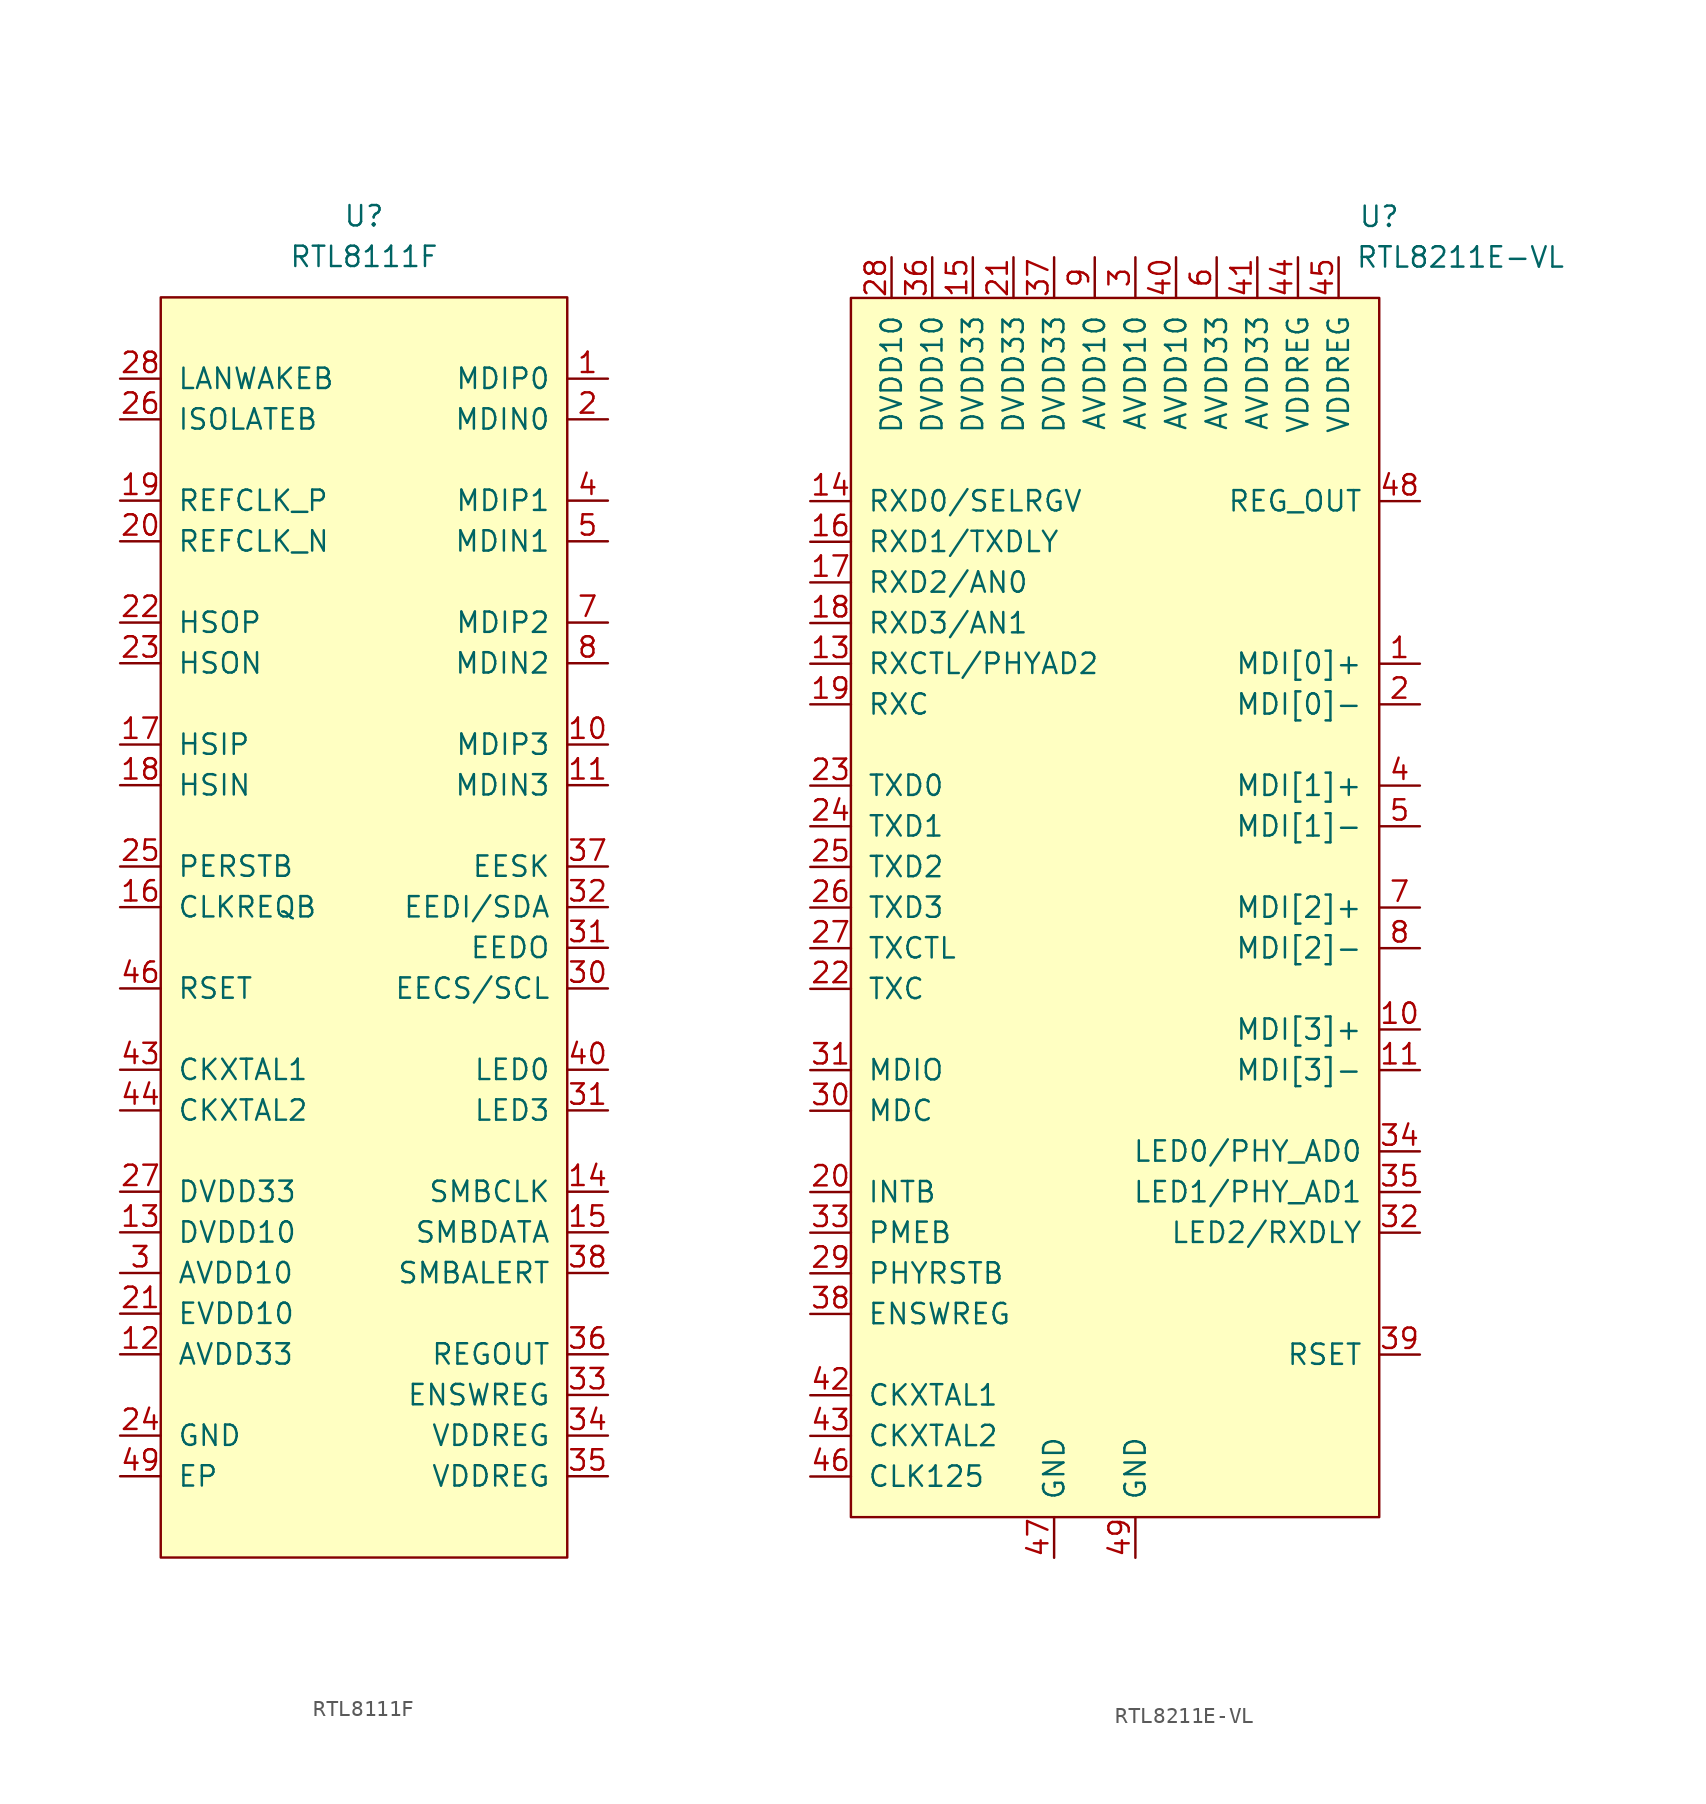
<source format=kicad_sym>
(kicad_symbol_lib
  (version 20211014)
  (generator kicad_symbol_editor)
  (symbol "RTL8111F"
    (pin_names
      (offset 1.016))
    (property "Reference" "U"
      (at 0 0 0)
      (effects (font (size 1.27 1.27))))
    (property "Value" "RTL8111F"
      (at 0 -2.54 0)
      (effects (font (size 1.27 1.27))))
    (symbol "RTL8111F_0_1"
      (rectangle (start -12.7 -5.08) (end 12.7 -83.82) (stroke (width 0) (type default) (color 0 0 0 0)) (fill (type background))))
    (symbol "RTL8111F_1_1"
      (pin bidirectional line (at 15.24 -10.16 180) (length 2.54) (name "MDIP0" (effects (font (size 1.27 1.27)))) (number "1" (effects (font (size 1.27 1.27)))))
      (pin bidirectional line (at 15.24 -33.02 180) (length 2.54) (name "MDIP3" (effects (font (size 1.27 1.27)))) (number "10" (effects (font (size 1.27 1.27)))))
      (pin bidirectional line (at 15.24 -35.56 180) (length 2.54) (name "MDIN3" (effects (font (size 1.27 1.27)))) (number "11" (effects (font (size 1.27 1.27)))))
      (pin power_in line (at -15.24 -71.12 0) (length 2.54) (name "AVDD33" (effects (font (size 1.27 1.27)))) (number "12" (effects (font (size 1.27 1.27)))))
      (pin power_in line (at -15.24 -63.5 0) (length 2.54) (name "DVDD10" (effects (font (size 1.27 1.27)))) (number "13" (effects (font (size 1.27 1.27)))))
      (pin open_collector line (at 15.24 -60.96 180) (length 2.54) (name "SMBCLK" (effects (font (size 1.27 1.27)))) (number "14" (effects (font (size 1.27 1.27)))))
      (pin open_collector line (at 15.24 -63.5 180) (length 2.54) (name "SMBDATA" (effects (font (size 1.27 1.27)))) (number "15" (effects (font (size 1.27 1.27)))))
      (pin open_collector line (at -15.24 -43.18 0) (length 2.54) (name "CLKREQB" (effects (font (size 1.27 1.27)))) (number "16" (effects (font (size 1.27 1.27)))))
      (pin input line (at -15.24 -33.02 0) (length 2.54) (name "HSIP" (effects (font (size 1.27 1.27)))) (number "17" (effects (font (size 1.27 1.27)))))
      (pin input line (at -15.24 -35.56 0) (length 2.54) (name "HSIN" (effects (font (size 1.27 1.27)))) (number "18" (effects (font (size 1.27 1.27)))))
      (pin input line (at -15.24 -17.78 0) (length 2.54) (name "REFCLK_P" (effects (font (size 1.27 1.27)))) (number "19" (effects (font (size 1.27 1.27)))))
      (pin bidirectional line (at 15.24 -12.7 180) (length 2.54) (name "MDIN0" (effects (font (size 1.27 1.27)))) (number "2" (effects (font (size 1.27 1.27)))))
      (pin input line (at -15.24 -20.32 0) (length 2.54) (name "REFCLK_N" (effects (font (size 1.27 1.27)))) (number "20" (effects (font (size 1.27 1.27)))))
      (pin power_in line (at -15.24 -68.58 0) (length 2.54) (name "EVDD10" (effects (font (size 1.27 1.27)))) (number "21" (effects (font (size 1.27 1.27)))))
      (pin output line (at -15.24 -25.4 0) (length 2.54) (name "HSOP" (effects (font (size 1.27 1.27)))) (number "22" (effects (font (size 1.27 1.27)))))
      (pin output line (at -15.24 -27.94 0) (length 2.54) (name "HSON" (effects (font (size 1.27 1.27)))) (number "23" (effects (font (size 1.27 1.27)))))
      (pin power_in line (at -15.24 -76.2 0) (length 2.54) (name "GND" (effects (font (size 1.27 1.27)))) (number "24" (effects (font (size 1.27 1.27)))))
      (pin input line (at -15.24 -40.64 0) (length 2.54) (name "PERSTB" (effects (font (size 1.27 1.27)))) (number "25" (effects (font (size 1.27 1.27)))))
      (pin input line (at -15.24 -12.7 0) (length 2.54) (name "ISOLATEB" (effects (font (size 1.27 1.27)))) (number "26" (effects (font (size 1.27 1.27)))))
      (pin power_in line (at -15.24 -60.96 0) (length 2.54) (name "DVDD33" (effects (font (size 1.27 1.27)))) (number "27" (effects (font (size 1.27 1.27)))))
      (pin open_collector line (at -15.24 -10.16 0) (length 2.54) (name "LANWAKEB" (effects (font (size 1.27 1.27)))) (number "28" (effects (font (size 1.27 1.27)))))
      (pin power_in line (at -15.24 -63.5 0) (length 2.54) hide (name "DVDD10" (effects (font (size 1.27 1.27)))) (number "29" (effects (font (size 1.27 1.27)))))
      (pin power_in line (at -15.24 -66.04 0) (length 2.54) (name "AVDD10" (effects (font (size 1.27 1.27)))) (number "3" (effects (font (size 1.27 1.27)))))
      (pin output line (at 15.24 -48.26 180) (length 2.54) (name "EECS/SCL" (effects (font (size 1.27 1.27)))) (number "30" (effects (font (size 1.27 1.27)))))
      (pin input line (at 15.24 -45.72 180) (length 2.54) (name "EEDO" (effects (font (size 1.27 1.27)))) (number "31" (effects (font (size 1.27 1.27)))))
      (pin output line (at 15.24 -55.88 180) (length 2.54) (name "LED3" (effects (font (size 1.27 1.27)))) (number "31" (effects (font (size 1.27 1.27)))))
      (pin bidirectional line (at 15.24 -43.18 180) (length 2.54) (name "EEDI/SDA" (effects (font (size 1.27 1.27)))) (number "32" (effects (font (size 1.27 1.27)))))
      (pin input line (at 15.24 -73.66 180) (length 2.54) (name "ENSWREG" (effects (font (size 1.27 1.27)))) (number "33" (effects (font (size 1.27 1.27)))))
      (pin power_in line (at 15.24 -76.2 180) (length 2.54) (name "VDDREG" (effects (font (size 1.27 1.27)))) (number "34" (effects (font (size 1.27 1.27)))))
      (pin power_in line (at 15.24 -78.74 180) (length 2.54) (name "VDDREG" (effects (font (size 1.27 1.27)))) (number "35" (effects (font (size 1.27 1.27)))))
      (pin output line (at 15.24 -71.12 180) (length 2.54) (name "REGOUT" (effects (font (size 1.27 1.27)))) (number "36" (effects (font (size 1.27 1.27)))))
      (pin output line (at 15.24 -40.64 180) (length 2.54) (name "EESK" (effects (font (size 1.27 1.27)))) (number "37" (effects (font (size 1.27 1.27)))))
      (pin open_collector line (at 15.24 -66.04 180) (length 2.54) (name "SMBALERT" (effects (font (size 1.27 1.27)))) (number "38" (effects (font (size 1.27 1.27)))))
      (pin power_in line (at -15.24 -60.96 0) (length 2.54) hide (name "DVDD33" (effects (font (size 1.27 1.27)))) (number "39" (effects (font (size 1.27 1.27)))))
      (pin bidirectional line (at 15.24 -17.78 180) (length 2.54) (name "MDIP1" (effects (font (size 1.27 1.27)))) (number "4" (effects (font (size 1.27 1.27)))))
      (pin output line (at 15.24 -53.34 180) (length 2.54) (name "LED0" (effects (font (size 1.27 1.27)))) (number "40" (effects (font (size 1.27 1.27)))))
      (pin power_in line (at -15.24 -63.5 0) (length 2.54) hide (name "DVDD10" (effects (font (size 1.27 1.27)))) (number "41" (effects (font (size 1.27 1.27)))))
      (pin power_in line (at -15.24 -71.12 0) (length 2.54) hide (name "AVDD33" (effects (font (size 1.27 1.27)))) (number "42" (effects (font (size 1.27 1.27)))))
      (pin input line (at -15.24 -53.34 0) (length 2.54) (name "CKXTAL1" (effects (font (size 1.27 1.27)))) (number "43" (effects (font (size 1.27 1.27)))))
      (pin output line (at -15.24 -55.88 0) (length 2.54) (name "CKXTAL2" (effects (font (size 1.27 1.27)))) (number "44" (effects (font (size 1.27 1.27)))))
      (pin power_in line (at -15.24 -66.04 0) (length 2.54) hide (name "AVDD10" (effects (font (size 1.27 1.27)))) (number "45" (effects (font (size 1.27 1.27)))))
      (pin input line (at -15.24 -48.26 0) (length 2.54) (name "RSET" (effects (font (size 1.27 1.27)))) (number "46" (effects (font (size 1.27 1.27)))))
      (pin power_in line (at -15.24 -71.12 0) (length 2.54) hide (name "AVDD33" (effects (font (size 1.27 1.27)))) (number "47" (effects (font (size 1.27 1.27)))))
      (pin power_in line (at -15.24 -71.12 0) (length 2.54) hide (name "AVDD33" (effects (font (size 1.27 1.27)))) (number "48" (effects (font (size 1.27 1.27)))))
      (pin power_in line (at -15.24 -78.74 0) (length 2.54) (name "EP" (effects (font (size 1.27 1.27)))) (number "49" (effects (font (size 1.27 1.27)))))
      (pin bidirectional line (at 15.24 -20.32 180) (length 2.54) (name "MDIN1" (effects (font (size 1.27 1.27)))) (number "5" (effects (font (size 1.27 1.27)))))
      (pin power_in line (at -15.24 -66.04 0) (length 2.54) hide (name "AVDD10" (effects (font (size 1.27 1.27)))) (number "6" (effects (font (size 1.27 1.27)))))
      (pin bidirectional line (at 15.24 -25.4 180) (length 2.54) (name "MDIP2" (effects (font (size 1.27 1.27)))) (number "7" (effects (font (size 1.27 1.27)))))
      (pin bidirectional line (at 15.24 -27.94 180) (length 2.54) (name "MDIN2" (effects (font (size 1.27 1.27)))) (number "8" (effects (font (size 1.27 1.27)))))
      (pin power_in line (at -15.24 -66.04 0) (length 2.54) hide (name "AVDD10" (effects (font (size 1.27 1.27)))) (number "9" (effects (font (size 1.27 1.27)))))))
  (symbol "RTL8211E-VL"
    (pin_names
      (offset 1.016))
    (property "Reference" "U"
      (at 17.78 2.54 0)
      (effects (font (size 1.27 1.27))))
    (property "Value" "RTL8211E-VL"
      (at 22.86 0 0)
      (effects (font (size 1.27 1.27))))
    (symbol "RTL8211E-VL_0_1"
      (rectangle (start -15.24 -2.54) (end 17.78 -78.74) (stroke (width 0) (type default) (color 0 0 0 0)) (fill (type background))))
    (symbol "RTL8211E-VL_1_1"
      (pin bidirectional line (at 20.32 -25.4 180) (length 2.54) (name "MDI[0]+" (effects (font (size 1.27 1.27)))) (number "1" (effects (font (size 1.27 1.27)))))
      (pin bidirectional line (at 20.32 -48.26 180) (length 2.54) (name "MDI[3]+" (effects (font (size 1.27 1.27)))) (number "10" (effects (font (size 1.27 1.27)))))
      (pin bidirectional line (at 20.32 -50.8 180) (length 2.54) (name "MDI[3]-" (effects (font (size 1.27 1.27)))) (number "11" (effects (font (size 1.27 1.27)))))
      (pin bidirectional line (at -17.78 -25.4 0) (length 2.54) (name "RXCTL/PHYAD2" (effects (font (size 1.27 1.27)))) (number "13" (effects (font (size 1.27 1.27)))))
      (pin bidirectional line (at -17.78 -15.24 0) (length 2.54) (name "RXD0/SELRGV" (effects (font (size 1.27 1.27)))) (number "14" (effects (font (size 1.27 1.27)))))
      (pin power_in line (at -7.62 0 270) (length 2.54) (name "DVDD33" (effects (font (size 1.27 1.27)))) (number "15" (effects (font (size 1.27 1.27)))))
      (pin bidirectional line (at -17.78 -17.78 0) (length 2.54) (name "RXD1/TXDLY" (effects (font (size 1.27 1.27)))) (number "16" (effects (font (size 1.27 1.27)))))
      (pin bidirectional line (at -17.78 -20.32 0) (length 2.54) (name "RXD2/AN0" (effects (font (size 1.27 1.27)))) (number "17" (effects (font (size 1.27 1.27)))))
      (pin bidirectional line (at -17.78 -22.86 0) (length 2.54) (name "RXD3/AN1" (effects (font (size 1.27 1.27)))) (number "18" (effects (font (size 1.27 1.27)))))
      (pin output line (at -17.78 -27.94 0) (length 2.54) (name "RXC" (effects (font (size 1.27 1.27)))) (number "19" (effects (font (size 1.27 1.27)))))
      (pin bidirectional line (at 20.32 -27.94 180) (length 2.54) (name "MDI[0]-" (effects (font (size 1.27 1.27)))) (number "2" (effects (font (size 1.27 1.27)))))
      (pin output line (at -17.78 -58.42 0) (length 2.54) (name "INTB" (effects (font (size 1.27 1.27)))) (number "20" (effects (font (size 1.27 1.27)))))
      (pin power_in line (at -5.08 0 270) (length 2.54) (name "DVDD33" (effects (font (size 1.27 1.27)))) (number "21" (effects (font (size 1.27 1.27)))))
      (pin input line (at -17.78 -45.72 0) (length 2.54) (name "TXC" (effects (font (size 1.27 1.27)))) (number "22" (effects (font (size 1.27 1.27)))))
      (pin input line (at -17.78 -33.02 0) (length 2.54) (name "TXD0" (effects (font (size 1.27 1.27)))) (number "23" (effects (font (size 1.27 1.27)))))
      (pin input line (at -17.78 -35.56 0) (length 2.54) (name "TXD1" (effects (font (size 1.27 1.27)))) (number "24" (effects (font (size 1.27 1.27)))))
      (pin input line (at -17.78 -38.1 0) (length 2.54) (name "TXD2" (effects (font (size 1.27 1.27)))) (number "25" (effects (font (size 1.27 1.27)))))
      (pin input line (at -17.78 -40.64 0) (length 2.54) (name "TXD3" (effects (font (size 1.27 1.27)))) (number "26" (effects (font (size 1.27 1.27)))))
      (pin input line (at -17.78 -43.18 0) (length 2.54) (name "TXCTL" (effects (font (size 1.27 1.27)))) (number "27" (effects (font (size 1.27 1.27)))))
      (pin power_in line (at -12.7 0 270) (length 2.54) (name "DVDD10" (effects (font (size 1.27 1.27)))) (number "28" (effects (font (size 1.27 1.27)))))
      (pin input line (at -17.78 -63.5 0) (length 2.54) (name "PHYRSTB" (effects (font (size 1.27 1.27)))) (number "29" (effects (font (size 1.27 1.27)))))
      (pin power_in line (at 2.54 0 270) (length 2.54) (name "AVDD10" (effects (font (size 1.27 1.27)))) (number "3" (effects (font (size 1.27 1.27)))))
      (pin input line (at -17.78 -53.34 0) (length 2.54) (name "MDC" (effects (font (size 1.27 1.27)))) (number "30" (effects (font (size 1.27 1.27)))))
      (pin bidirectional line (at -17.78 -50.8 0) (length 2.54) (name "MDIO" (effects (font (size 1.27 1.27)))) (number "31" (effects (font (size 1.27 1.27)))))
      (pin bidirectional line (at 20.32 -60.96 180) (length 2.54) (name "LED2/RXDLY" (effects (font (size 1.27 1.27)))) (number "32" (effects (font (size 1.27 1.27)))))
      (pin output line (at -17.78 -60.96 0) (length 2.54) (name "PMEB" (effects (font (size 1.27 1.27)))) (number "33" (effects (font (size 1.27 1.27)))))
      (pin bidirectional line (at 20.32 -55.88 180) (length 2.54) (name "LED0/PHY_AD0" (effects (font (size 1.27 1.27)))) (number "34" (effects (font (size 1.27 1.27)))))
      (pin bidirectional line (at 20.32 -58.42 180) (length 2.54) (name "LED1/PHY_AD1" (effects (font (size 1.27 1.27)))) (number "35" (effects (font (size 1.27 1.27)))))
      (pin power_in line (at -10.16 0 270) (length 2.54) (name "DVDD10" (effects (font (size 1.27 1.27)))) (number "36" (effects (font (size 1.27 1.27)))))
      (pin power_in line (at -2.54 0 270) (length 2.54) (name "DVDD33" (effects (font (size 1.27 1.27)))) (number "37" (effects (font (size 1.27 1.27)))))
      (pin input line (at -17.78 -66.04 0) (length 2.54) (name "ENSWREG" (effects (font (size 1.27 1.27)))) (number "38" (effects (font (size 1.27 1.27)))))
      (pin output line (at 20.32 -68.58 180) (length 2.54) (name "RSET" (effects (font (size 1.27 1.27)))) (number "39" (effects (font (size 1.27 1.27)))))
      (pin bidirectional line (at 20.32 -33.02 180) (length 2.54) (name "MDI[1]+" (effects (font (size 1.27 1.27)))) (number "4" (effects (font (size 1.27 1.27)))))
      (pin power_in line (at 5.08 0 270) (length 2.54) (name "AVDD10" (effects (font (size 1.27 1.27)))) (number "40" (effects (font (size 1.27 1.27)))))
      (pin power_in line (at 10.16 0 270) (length 2.54) (name "AVDD33" (effects (font (size 1.27 1.27)))) (number "41" (effects (font (size 1.27 1.27)))))
      (pin input line (at -17.78 -71.12 0) (length 2.54) (name "CKXTAL1" (effects (font (size 1.27 1.27)))) (number "42" (effects (font (size 1.27 1.27)))))
      (pin input line (at -17.78 -73.66 0) (length 2.54) (name "CKXTAL2" (effects (font (size 1.27 1.27)))) (number "43" (effects (font (size 1.27 1.27)))))
      (pin power_in line (at 12.7 0 270) (length 2.54) (name "VDDREG" (effects (font (size 1.27 1.27)))) (number "44" (effects (font (size 1.27 1.27)))))
      (pin power_in line (at 15.24 0 270) (length 2.54) (name "VDDREG" (effects (font (size 1.27 1.27)))) (number "45" (effects (font (size 1.27 1.27)))))
      (pin output line (at -17.78 -76.2 0) (length 2.54) (name "CLK125" (effects (font (size 1.27 1.27)))) (number "46" (effects (font (size 1.27 1.27)))))
      (pin power_in line (at -2.54 -81.28 90) (length 2.54) (name "GND" (effects (font (size 1.27 1.27)))) (number "47" (effects (font (size 1.27 1.27)))))
      (pin power_out line (at 20.32 -15.24 180) (length 2.54) (name "REG_OUT" (effects (font (size 1.27 1.27)))) (number "48" (effects (font (size 1.27 1.27)))))
      (pin power_in line (at 2.54 -81.28 90) (length 2.54) (name "GND" (effects (font (size 1.27 1.27)))) (number "49" (effects (font (size 1.27 1.27)))))
      (pin bidirectional line (at 20.32 -35.56 180) (length 2.54) (name "MDI[1]-" (effects (font (size 1.27 1.27)))) (number "5" (effects (font (size 1.27 1.27)))))
      (pin power_in line (at 7.62 0 270) (length 2.54) (name "AVDD33" (effects (font (size 1.27 1.27)))) (number "6" (effects (font (size 1.27 1.27)))))
      (pin bidirectional line (at 20.32 -40.64 180) (length 2.54) (name "MDI[2]+" (effects (font (size 1.27 1.27)))) (number "7" (effects (font (size 1.27 1.27)))))
      (pin bidirectional line (at 20.32 -43.18 180) (length 2.54) (name "MDI[2]-" (effects (font (size 1.27 1.27)))) (number "8" (effects (font (size 1.27 1.27)))))
      (pin power_in line (at 0 0 270) (length 2.54) (name "AVDD10" (effects (font (size 1.27 1.27)))) (number "9" (effects (font (size 1.27 1.27))))))))
</source>
